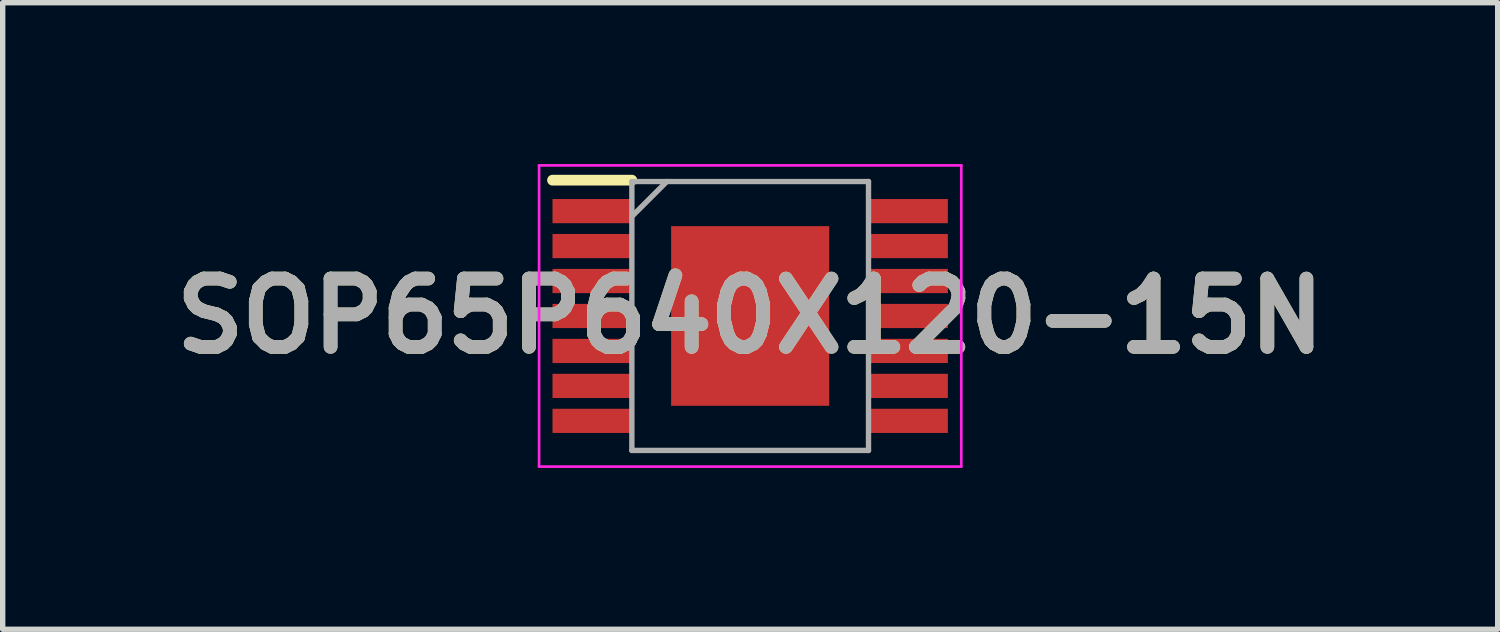
<source format=kicad_pcb>
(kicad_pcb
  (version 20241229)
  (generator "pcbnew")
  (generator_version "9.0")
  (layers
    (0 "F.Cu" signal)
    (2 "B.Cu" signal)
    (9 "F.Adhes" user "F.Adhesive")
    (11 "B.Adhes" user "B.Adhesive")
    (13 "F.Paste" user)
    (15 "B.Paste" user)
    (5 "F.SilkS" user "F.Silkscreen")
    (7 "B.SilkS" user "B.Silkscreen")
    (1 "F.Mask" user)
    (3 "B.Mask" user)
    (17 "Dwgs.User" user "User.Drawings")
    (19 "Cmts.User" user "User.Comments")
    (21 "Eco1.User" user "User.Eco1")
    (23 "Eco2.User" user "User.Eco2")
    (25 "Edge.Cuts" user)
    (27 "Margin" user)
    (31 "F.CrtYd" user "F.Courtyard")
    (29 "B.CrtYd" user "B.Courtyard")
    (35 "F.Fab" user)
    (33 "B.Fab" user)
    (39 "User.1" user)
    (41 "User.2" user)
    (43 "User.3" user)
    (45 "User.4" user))
  (footprint "SOP65P640X120-15N"
    (layer "F.Cu")
    (at 10.898 2.825)
    (property "Reference" "SOP65P640X120-15N" (at 0 0 0) (layer "F.SilkS") (effects (font (size 1.27 1.27) (thickness 0.254))))
    (attr smd)
    (fp_line (start -3.675 -2.525) (end -2.2 -2.525) (stroke (width 0.2) (type solid)) (layer "F.SilkS"))
    (fp_line (start -3.925 -2.8) (end 3.925 -2.8) (stroke (width 0.05) (type solid)) (layer "F.CrtYd"))
    (fp_line (start -3.925 2.8) (end -3.925 -2.8) (stroke (width 0.05) (type solid)) (layer "F.CrtYd"))
    (fp_line (start 3.925 -2.8) (end 3.925 2.8) (stroke (width 0.05) (type solid)) (layer "F.CrtYd"))
    (fp_line (start 3.925 2.8) (end -3.925 2.8) (stroke (width 0.05) (type solid)) (layer "F.CrtYd"))
    (fp_line (start -2.2 -2.5) (end 2.2 -2.5) (stroke (width 0.1) (type solid)) (layer "F.Fab"))
    (fp_line (start -2.2 -1.85) (end -1.55 -2.5) (stroke (width 0.1) (type solid)) (layer "F.Fab"))
    (fp_line (start -2.2 2.5) (end -2.2 -2.5) (stroke (width 0.1) (type solid)) (layer "F.Fab"))
    (fp_line (start 2.2 -2.5) (end 2.2 2.5) (stroke (width 0.1) (type solid)) (layer "F.Fab"))
    (fp_line (start 2.2 2.5) (end -2.2 2.5) (stroke (width 0.1) (type solid)) (layer "F.Fab"))
    (fp_text user "${REFERENCE}" (at 0 0 0) (layer "F.Fab") (effects (font (size 1.27 1.27) (thickness 0.254))))
    (pad "1" smd rect (at -2.938 -1.95 90) (size 0.45 1.475) (layers "F.Cu" "F.Mask" "F.Paste"))
    (pad "2" smd rect (at -2.938 -1.3 90) (size 0.45 1.475) (layers "F.Cu" "F.Mask" "F.Paste"))
    (pad "3" smd rect (at -2.938 -0.65 90) (size 0.45 1.475) (layers "F.Cu" "F.Mask" "F.Paste"))
    (pad "4" smd rect (at -2.938 0 90) (size 0.45 1.475) (layers "F.Cu" "F.Mask" "F.Paste"))
    (pad "5" smd rect (at -2.938 0.65 90) (size 0.45 1.475) (layers "F.Cu" "F.Mask" "F.Paste"))
    (pad "6" smd rect (at -2.938 1.3 90) (size 0.45 1.475) (layers "F.Cu" "F.Mask" "F.Paste"))
    (pad "7" smd rect (at -2.938 1.95 90) (size 0.45 1.475) (layers "F.Cu" "F.Mask" "F.Paste"))
    (pad "8" smd rect (at 2.938 1.95 90) (size 0.45 1.475) (layers "F.Cu" "F.Mask" "F.Paste"))
    (pad "9" smd rect (at 2.938 1.3 90) (size 0.45 1.475) (layers "F.Cu" "F.Mask" "F.Paste"))
    (pad "10" smd rect (at 2.938 0.65 90) (size 0.45 1.475) (layers "F.Cu" "F.Mask" "F.Paste"))
    (pad "11" smd rect (at 2.938 0 90) (size 0.45 1.475) (layers "F.Cu" "F.Mask" "F.Paste"))
    (pad "12" smd rect (at 2.938 -0.65 90) (size 0.45 1.475) (layers "F.Cu" "F.Mask" "F.Paste"))
    (pad "13" smd rect (at 2.938 -1.3 90) (size 0.45 1.475) (layers "F.Cu" "F.Mask" "F.Paste"))
    (pad "14" smd rect (at 2.938 -1.95 90) (size 0.45 1.475) (layers "F.Cu" "F.Mask" "F.Paste"))
    (pad "15" smd rect (at 0 0) (size 2.94 3.34) (layers "F.Cu" "F.Mask" "F.Paste")))
  (gr_rect
    (start -3 -3)
    (end 24.796 8.65)
    (stroke (width 0.1) (type default))
    (fill no)
    (layer "Edge.Cuts")))
</source>
